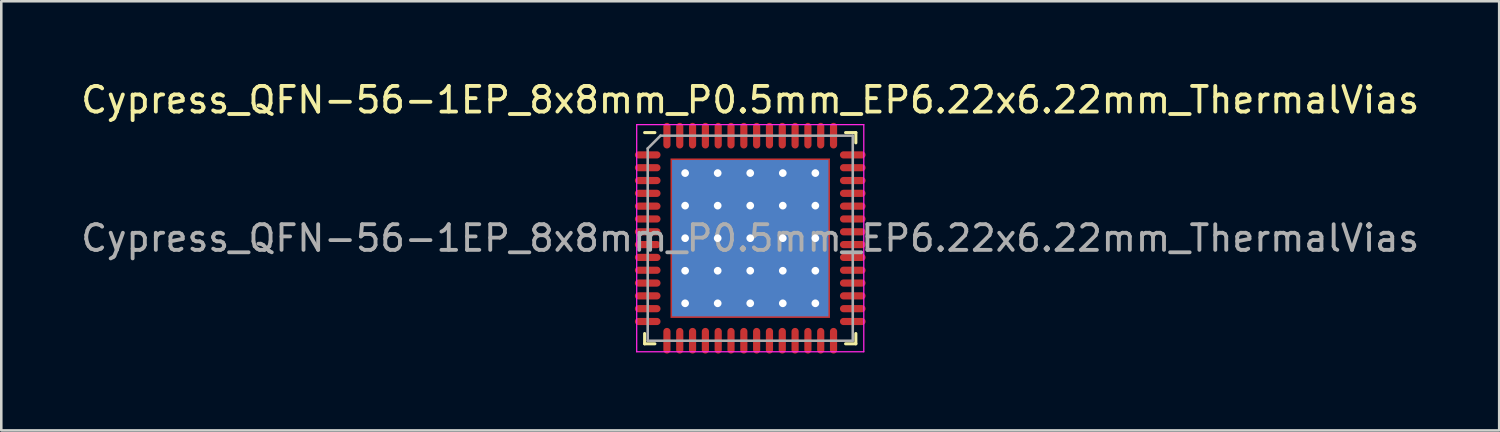
<source format=kicad_pcb>
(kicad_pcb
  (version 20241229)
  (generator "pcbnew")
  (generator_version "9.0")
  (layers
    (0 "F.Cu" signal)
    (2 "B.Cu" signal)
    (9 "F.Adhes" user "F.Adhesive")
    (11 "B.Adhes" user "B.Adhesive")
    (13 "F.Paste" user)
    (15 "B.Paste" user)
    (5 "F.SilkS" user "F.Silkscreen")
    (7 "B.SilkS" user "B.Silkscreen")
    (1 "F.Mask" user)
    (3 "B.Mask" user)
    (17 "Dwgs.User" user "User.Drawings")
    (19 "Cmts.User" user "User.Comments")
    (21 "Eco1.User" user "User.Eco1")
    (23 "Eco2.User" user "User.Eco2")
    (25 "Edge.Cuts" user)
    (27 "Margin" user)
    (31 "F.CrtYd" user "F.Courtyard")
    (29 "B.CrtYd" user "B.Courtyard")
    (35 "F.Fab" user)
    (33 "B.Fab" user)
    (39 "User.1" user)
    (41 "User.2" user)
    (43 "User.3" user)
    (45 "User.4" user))
  (footprint "Cypress_QFN-56-1EP_8x8mm_P0.5mm_EP6.22x6.22mm_ThermalVias"
    (layer "F.Cu")
    (at 26.22 6.243)
    (property "Reference" "Cypress_QFN-56-1EP_8x8mm_P0.5mm_EP6.22x6.22mm_ThermalVias" (at 0 -5.395 0) (layer "F.SilkS") (effects (font (size 1 1) (thickness 0.15))))
    (attr smd)
    (fp_line (start -2.54 -1.905) (end 2.54 -1.905) (stroke (width 0.864) (type solid)) (layer "F.Mask"))
    (fp_line (start -2.54 -0.635) (end 2.54 -0.635) (stroke (width 0.864) (type solid)) (layer "F.Mask"))
    (fp_line (start -2.54 0.635) (end 2.54 0.635) (stroke (width 0.864) (type solid)) (layer "F.Mask"))
    (fp_line (start -2.54 1.905) (end 2.54 1.905) (stroke (width 0.864) (type solid)) (layer "F.Mask"))
    (fp_line (start -1.905 -2.54) (end -1.905 2.54) (stroke (width 0.864) (type solid)) (layer "F.Mask"))
    (fp_line (start -0.635 -2.54) (end -0.635 2.54) (stroke (width 0.864) (type solid)) (layer "F.Mask"))
    (fp_line (start 0.635 -2.54) (end 0.635 2.54) (stroke (width 0.864) (type solid)) (layer "F.Mask"))
    (fp_line (start 1.905 -2.54) (end 1.905 2.54) (stroke (width 0.864) (type solid)) (layer "F.Mask"))
    (fp_circle (center -2.54 -2.54) (end -2.24 -2.54) (stroke (width 0.2) (type solid)) (fill no) (layer "F.Mask"))
    (fp_circle (center -2.54 -1.27) (end -2.24 -1.27) (stroke (width 0.2) (type solid)) (fill no) (layer "F.Mask"))
    (fp_circle (center -2.54 0) (end -2.24 0) (stroke (width 0.2) (type solid)) (fill no) (layer "F.Mask"))
    (fp_circle (center -2.54 1.27) (end -2.24 1.27) (stroke (width 0.2) (type solid)) (fill no) (layer "F.Mask"))
    (fp_circle (center -2.54 2.54) (end -2.24 2.54) (stroke (width 0.2) (type solid)) (fill no) (layer "F.Mask"))
    (fp_circle (center -1.27 -2.54) (end -0.97 -2.54) (stroke (width 0.2) (type solid)) (fill no) (layer "F.Mask"))
    (fp_circle (center -1.27 -1.27) (end -0.97 -1.27) (stroke (width 0.2) (type solid)) (fill no) (layer "F.Mask"))
    (fp_circle (center -1.27 0) (end -0.97 0) (stroke (width 0.2) (type solid)) (fill no) (layer "F.Mask"))
    (fp_circle (center -1.27 1.27) (end -0.97 1.27) (stroke (width 0.2) (type solid)) (fill no) (layer "F.Mask"))
    (fp_circle (center -1.27 2.54) (end -0.97 2.54) (stroke (width 0.2) (type solid)) (fill no) (layer "F.Mask"))
    (fp_circle (center 0 -2.54) (end 0.3 -2.54) (stroke (width 0.2) (type solid)) (fill no) (layer "F.Mask"))
    (fp_circle (center 0 -1.27) (end 0.3 -1.27) (stroke (width 0.2) (type solid)) (fill no) (layer "F.Mask"))
    (fp_circle (center 0 0) (end 0 -0.3) (stroke (width 0.2) (type solid)) (fill no) (layer "F.Mask"))
    (fp_circle (center 0 1.27) (end 0.3 1.27) (stroke (width 0.2) (type solid)) (fill no) (layer "F.Mask"))
    (fp_circle (center 0 2.54) (end 0.3 2.54) (stroke (width 0.2) (type solid)) (fill no) (layer "F.Mask"))
    (fp_circle (center 1.27 -2.54) (end 1.57 -2.54) (stroke (width 0.2) (type solid)) (fill no) (layer "F.Mask"))
    (fp_circle (center 1.27 -1.27) (end 1.57 -1.27) (stroke (width 0.2) (type solid)) (fill no) (layer "F.Mask"))
    (fp_circle (center 1.27 0) (end 1.57 0) (stroke (width 0.2) (type solid)) (fill no) (layer "F.Mask"))
    (fp_circle (center 1.27 1.27) (end 1.57 1.27) (stroke (width 0.2) (type solid)) (fill no) (layer "F.Mask"))
    (fp_circle (center 1.27 2.54) (end 1.57 2.54) (stroke (width 0.2) (type solid)) (fill no) (layer "F.Mask"))
    (fp_circle (center 2.54 -2.54) (end 2.84 -2.54) (stroke (width 0.2) (type solid)) (fill no) (layer "F.Mask"))
    (fp_circle (center 2.54 -1.27) (end 2.84 -1.27) (stroke (width 0.2) (type solid)) (fill no) (layer "F.Mask"))
    (fp_circle (center 2.54 0) (end 2.84 0) (stroke (width 0.2) (type solid)) (fill no) (layer "F.Mask"))
    (fp_circle (center 2.54 1.27) (end 2.84 1.27) (stroke (width 0.2) (type solid)) (fill no) (layer "F.Mask"))
    (fp_circle (center 2.54 2.54) (end 2.84 2.54) (stroke (width 0.2) (type solid)) (fill no) (layer "F.Mask"))
    (fp_poly (pts (xy -3.175 -3.175) (xy -2.921 -3.175) (xy -2.921 3.175) (xy -3.175 3.175)) (stroke (width 0.15) (type solid)) (fill yes) (layer "F.Mask"))
    (fp_poly (pts (xy -3.175 3.175) (xy -3.175 2.921) (xy 3.175 2.921) (xy 3.175 3.175)) (stroke (width 0.15) (type solid)) (fill yes) (layer "F.Mask"))
    (fp_poly (pts (xy 3.175 -3.175) (xy 3.175 -2.921) (xy -3.175 -2.921) (xy -3.175 -3.175)) (stroke (width 0.15) (type solid)) (fill yes) (layer "F.Mask"))
    (fp_poly (pts (xy 3.175 3.175) (xy 2.921 3.175) (xy 2.921 -3.175) (xy 3.175 -3.175)) (stroke (width 0.15) (type solid)) (fill yes) (layer "F.Mask"))
    (fp_line (start -4.12 4.12) (end -4.12 3.72) (stroke (width 0.12) (type solid)) (layer "F.SilkS"))
    (fp_line (start -4.12 4.12) (end -3.72 4.12) (stroke (width 0.12) (type solid)) (layer "F.SilkS"))
    (fp_line (start -3.72 -4.12) (end -4.12 -4.12) (stroke (width 0.12) (type solid)) (layer "F.SilkS"))
    (fp_line (start 3.72 -4.12) (end 4.12 -4.12) (stroke (width 0.12) (type solid)) (layer "F.SilkS"))
    (fp_line (start 4.12 -4.12) (end 4.12 -3.72) (stroke (width 0.12) (type solid)) (layer "F.SilkS"))
    (fp_line (start 4.12 3.72) (end 4.12 4.12) (stroke (width 0.12) (type solid)) (layer "F.SilkS"))
    (fp_line (start 4.12 4.12) (end 3.72 4.12) (stroke (width 0.12) (type solid)) (layer "F.SilkS"))
    (fp_line (start -4.43 -4.43) (end 4.43 -4.43) (stroke (width 0.05) (type solid)) (layer "F.CrtYd"))
    (fp_line (start -4.43 4.43) (end -4.43 -4.43) (stroke (width 0.05) (type solid)) (layer "F.CrtYd"))
    (fp_line (start 4.43 -4.43) (end 4.43 4.43) (stroke (width 0.05) (type solid)) (layer "F.CrtYd"))
    (fp_line (start 4.43 4.43) (end -4.43 4.43) (stroke (width 0.05) (type solid)) (layer "F.CrtYd"))
    (fp_line (start -4 -3.5) (end -3.5 -4) (stroke (width 0.1) (type solid)) (layer "F.Fab"))
    (fp_line (start -4 4) (end -4 -3.5) (stroke (width 0.1) (type solid)) (layer "F.Fab"))
    (fp_line (start -3.5 -4) (end 4 -4) (stroke (width 0.1) (type solid)) (layer "F.Fab"))
    (fp_line (start 4 -4) (end 4 4) (stroke (width 0.1) (type solid)) (layer "F.Fab"))
    (fp_line (start 4 4) (end -4 4) (stroke (width 0.1) (type solid)) (layer "F.Fab"))
    (fp_text user "${REFERENCE}" (at 0 0 0) (layer "F.Fab") (effects (font (size 1 1) (thickness 0.15))))
    (pad "" smd rect (at -1.555 -1.555 90) (size 2.6 2.6) (layers "F.Paste"))
    (pad "" smd rect (at -1.555 1.555 90) (size 2.6 2.6) (layers "F.Paste"))
    (pad "" smd rect (at 1.555 -1.555 90) (size 2.6 2.6) (layers "F.Paste"))
    (pad "" smd rect (at 1.555 1.555 90) (size 2.6 2.6) (layers "F.Paste"))
    (pad "1" smd oval (at -4 -3.25 90) (size 0.28 1) (layers "F.Cu" "F.Mask" "F.Paste"))
    (pad "2" smd oval (at -4 -2.75 90) (size 0.28 1) (layers "F.Cu" "F.Mask" "F.Paste"))
    (pad "3" smd oval (at -4 -2.25 90) (size 0.28 1) (layers "F.Cu" "F.Mask" "F.Paste"))
    (pad "4" smd oval (at -4 -1.75 90) (size 0.28 1) (layers "F.Cu" "F.Mask" "F.Paste"))
    (pad "5" smd oval (at -4 -1.25 90) (size 0.28 1) (layers "F.Cu" "F.Mask" "F.Paste"))
    (pad "6" smd oval (at -4 -0.75 90) (size 0.28 1) (layers "F.Cu" "F.Mask" "F.Paste"))
    (pad "7" smd oval (at -4 -0.25 90) (size 0.28 1) (layers "F.Cu" "F.Mask" "F.Paste"))
    (pad "8" smd oval (at -4 0.25 90) (size 0.28 1) (layers "F.Cu" "F.Mask" "F.Paste"))
    (pad "9" smd oval (at -4 0.75 90) (size 0.28 1) (layers "F.Cu" "F.Mask" "F.Paste"))
    (pad "10" smd oval (at -4 1.25 90) (size 0.28 1) (layers "F.Cu" "F.Mask" "F.Paste"))
    (pad "11" smd oval (at -4 1.75 90) (size 0.28 1) (layers "F.Cu" "F.Mask" "F.Paste"))
    (pad "12" smd oval (at -4 2.25 90) (size 0.28 1) (layers "F.Cu" "F.Mask" "F.Paste"))
    (pad "13" smd oval (at -4 2.75 90) (size 0.28 1) (layers "F.Cu" "F.Mask" "F.Paste"))
    (pad "14" smd oval (at -4 3.25 90) (size 0.28 1) (layers "F.Cu" "F.Mask" "F.Paste"))
    (pad "15" smd oval (at -3.25 4) (size 0.28 1) (layers "F.Cu" "F.Mask" "F.Paste"))
    (pad "16" smd oval (at -2.75 4) (size 0.28 1) (layers "F.Cu" "F.Mask" "F.Paste"))
    (pad "17" smd oval (at -2.25 4) (size 0.28 1) (layers "F.Cu" "F.Mask" "F.Paste"))
    (pad "18" smd oval (at -1.75 4) (size 0.28 1) (layers "F.Cu" "F.Mask" "F.Paste"))
    (pad "19" smd oval (at -1.25 4) (size 0.28 1) (layers "F.Cu" "F.Mask" "F.Paste"))
    (pad "20" smd oval (at -0.75 4) (size 0.28 1) (layers "F.Cu" "F.Mask" "F.Paste"))
    (pad "21" smd oval (at -0.25 4) (size 0.28 1) (layers "F.Cu" "F.Mask" "F.Paste"))
    (pad "22" smd oval (at 0.25 4) (size 0.28 1) (layers "F.Cu" "F.Mask" "F.Paste"))
    (pad "23" smd oval (at 0.75 4) (size 0.28 1) (layers "F.Cu" "F.Mask" "F.Paste"))
    (pad "24" smd oval (at 1.25 4) (size 0.28 1) (layers "F.Cu" "F.Mask" "F.Paste"))
    (pad "25" smd oval (at 1.75 4) (size 0.28 1) (layers "F.Cu" "F.Mask" "F.Paste"))
    (pad "26" smd oval (at 2.25 4) (size 0.28 1) (layers "F.Cu" "F.Mask" "F.Paste"))
    (pad "27" smd oval (at 2.75 4) (size 0.28 1) (layers "F.Cu" "F.Mask" "F.Paste"))
    (pad "28" smd oval (at 3.25 4) (size 0.28 1) (layers "F.Cu" "F.Mask" "F.Paste"))
    (pad "29" smd oval (at 4 3.25 90) (size 0.28 1) (layers "F.Cu" "F.Mask" "F.Paste"))
    (pad "30" smd oval (at 4 2.75 90) (size 0.28 1) (layers "F.Cu" "F.Mask" "F.Paste"))
    (pad "31" smd oval (at 4 2.25 90) (size 0.28 1) (layers "F.Cu" "F.Mask" "F.Paste"))
    (pad "32" smd oval (at 4 1.75 90) (size 0.28 1) (layers "F.Cu" "F.Mask" "F.Paste"))
    (pad "33" smd oval (at 4 1.25 90) (size 0.28 1) (layers "F.Cu" "F.Mask" "F.Paste"))
    (pad "34" smd oval (at 4 0.75 90) (size 0.28 1) (layers "F.Cu" "F.Mask" "F.Paste"))
    (pad "35" smd oval (at 4 0.25 90) (size 0.28 1) (layers "F.Cu" "F.Mask" "F.Paste"))
    (pad "36" smd oval (at 4 -0.25 90) (size 0.28 1) (layers "F.Cu" "F.Mask" "F.Paste"))
    (pad "37" smd oval (at 4 -0.75 90) (size 0.28 1) (layers "F.Cu" "F.Mask" "F.Paste"))
    (pad "38" smd oval (at 4 -1.25 90) (size 0.28 1) (layers "F.Cu" "F.Mask" "F.Paste"))
    (pad "39" smd oval (at 4 -1.75 90) (size 0.28 1) (layers "F.Cu" "F.Mask" "F.Paste"))
    (pad "40" smd oval (at 4 -2.25 90) (size 0.28 1) (layers "F.Cu" "F.Mask" "F.Paste"))
    (pad "41" smd oval (at 4 -2.75 90) (size 0.28 1) (layers "F.Cu" "F.Mask" "F.Paste"))
    (pad "42" smd oval (at 4 -3.25 90) (size 0.28 1) (layers "F.Cu" "F.Mask" "F.Paste"))
    (pad "43" smd oval (at 3.25 -4) (size 0.28 1) (layers "F.Cu" "F.Mask" "F.Paste"))
    (pad "44" smd oval (at 2.75 -4) (size 0.28 1) (layers "F.Cu" "F.Mask" "F.Paste"))
    (pad "45" smd oval (at 2.25 -4) (size 0.28 1) (layers "F.Cu" "F.Mask" "F.Paste"))
    (pad "46" smd oval (at 1.75 -4) (size 0.28 1) (layers "F.Cu" "F.Mask" "F.Paste"))
    (pad "47" smd oval (at 1.25 -4) (size 0.28 1) (layers "F.Cu" "F.Mask" "F.Paste"))
    (pad "48" smd oval (at 0.75 -4) (size 0.28 1) (layers "F.Cu" "F.Mask" "F.Paste"))
    (pad "49" smd oval (at 0.25 -4) (size 0.28 1) (layers "F.Cu" "F.Mask" "F.Paste"))
    (pad "50" smd oval (at -0.25 -4) (size 0.28 1) (layers "F.Cu" "F.Mask" "F.Paste"))
    (pad "51" smd oval (at -0.75 -4) (size 0.28 1) (layers "F.Cu" "F.Mask" "F.Paste"))
    (pad "52" smd oval (at -1.25 -4) (size 0.28 1) (layers "F.Cu" "F.Mask" "F.Paste"))
    (pad "53" smd oval (at -1.75 -4) (size 0.28 1) (layers "F.Cu" "F.Mask" "F.Paste"))
    (pad "54" smd oval (at -2.25 -4) (size 0.28 1) (layers "F.Cu" "F.Mask" "F.Paste"))
    (pad "55" smd oval (at -2.75 -4) (size 0.28 1) (layers "F.Cu" "F.Mask" "F.Paste"))
    (pad "56" smd oval (at -3.25 -4) (size 0.28 1) (layers "F.Cu" "F.Mask" "F.Paste"))
    (pad "57" thru_hole circle (at -2.54 -2.54 90) (size 0.6 0.6) (drill 0.3) (layers "*.Cu" "B.Mask"))
    (pad "57" thru_hole circle (at -2.54 -1.27 90) (size 0.6 0.6) (drill 0.3) (layers "*.Cu" "B.Mask"))
    (pad "57" thru_hole circle (at -2.54 0 90) (size 0.6 0.6) (drill 0.3) (layers "*.Cu" "B.Mask"))
    (pad "57" thru_hole circle (at -2.54 1.27 90) (size 0.6 0.6) (drill 0.3) (layers "*.Cu" "B.Mask"))
    (pad "57" thru_hole circle (at -2.54 2.54 90) (size 0.6 0.6) (drill 0.3) (layers "*.Cu" "B.Mask"))
    (pad "57" thru_hole circle (at -1.27 -2.54 90) (size 0.6 0.6) (drill 0.3) (layers "*.Cu" "B.Mask"))
    (pad "57" thru_hole circle (at -1.27 -1.27 90) (size 0.6 0.6) (drill 0.3) (layers "*.Cu" "B.Mask"))
    (pad "57" thru_hole circle (at -1.27 0 90) (size 0.6 0.6) (drill 0.3) (layers "*.Cu" "B.Mask"))
    (pad "57" thru_hole circle (at -1.27 1.27 90) (size 0.6 0.6) (drill 0.3) (layers "*.Cu" "B.Mask"))
    (pad "57" thru_hole circle (at -1.27 2.54 90) (size 0.6 0.6) (drill 0.3) (layers "*.Cu" "B.Mask"))
    (pad "57" thru_hole circle (at 0 -2.54 90) (size 0.6 0.6) (drill 0.3) (layers "*.Cu" "B.Mask"))
    (pad "57" thru_hole circle (at 0 -1.27 90) (size 0.6 0.6) (drill 0.3) (layers "*.Cu" "B.Mask"))
    (pad "57" thru_hole circle (at 0 0 90) (size 0.6 0.6) (drill 0.3) (layers "*.Cu" "B.Mask"))
    (pad "57" smd rect (at 0 0) (size 6.1 6.1) (layers "B.Cu"))
    (pad "57" smd rect (at 0 0) (size 6.22 6.22) (layers "F.Cu"))
    (pad "57" thru_hole circle (at 0 1.27 90) (size 0.6 0.6) (drill 0.3) (layers "*.Cu" "B.Mask"))
    (pad "57" thru_hole circle (at 0 2.54 90) (size 0.6 0.6) (drill 0.3) (layers "*.Cu" "B.Mask"))
    (pad "57" thru_hole circle (at 1.27 -2.54 90) (size 0.6 0.6) (drill 0.3) (layers "*.Cu" "B.Mask"))
    (pad "57" thru_hole circle (at 1.27 -1.27 90) (size 0.6 0.6) (drill 0.3) (layers "*.Cu" "B.Mask"))
    (pad "57" thru_hole circle (at 1.27 0 90) (size 0.6 0.6) (drill 0.3) (layers "*.Cu" "B.Mask"))
    (pad "57" thru_hole circle (at 1.27 1.27 90) (size 0.6 0.6) (drill 0.3) (layers "*.Cu" "B.Mask"))
    (pad "57" thru_hole circle (at 1.27 2.54 90) (size 0.6 0.6) (drill 0.3) (layers "*.Cu" "B.Mask"))
    (pad "57" thru_hole circle (at 2.54 -2.54 90) (size 0.6 0.6) (drill 0.3) (layers "*.Cu" "B.Mask"))
    (pad "57" thru_hole circle (at 2.54 -1.27 90) (size 0.6 0.6) (drill 0.3) (layers "*.Cu" "B.Mask"))
    (pad "57" thru_hole circle (at 2.54 0 90) (size 0.6 0.6) (drill 0.3) (layers "*.Cu" "B.Mask"))
    (pad "57" thru_hole circle (at 2.54 1.27 90) (size 0.6 0.6) (drill 0.3) (layers "*.Cu" "B.Mask"))
    (pad "57" thru_hole circle (at 2.54 2.54 90) (size 0.6 0.6) (drill 0.3) (layers "*.Cu" "B.Mask")))
  (gr_rect
    (start -3 -3)
    (end 55.44 13.743)
    (stroke (width 0.1) (type default))
    (fill no)
    (layer "Edge.Cuts")))
</source>
